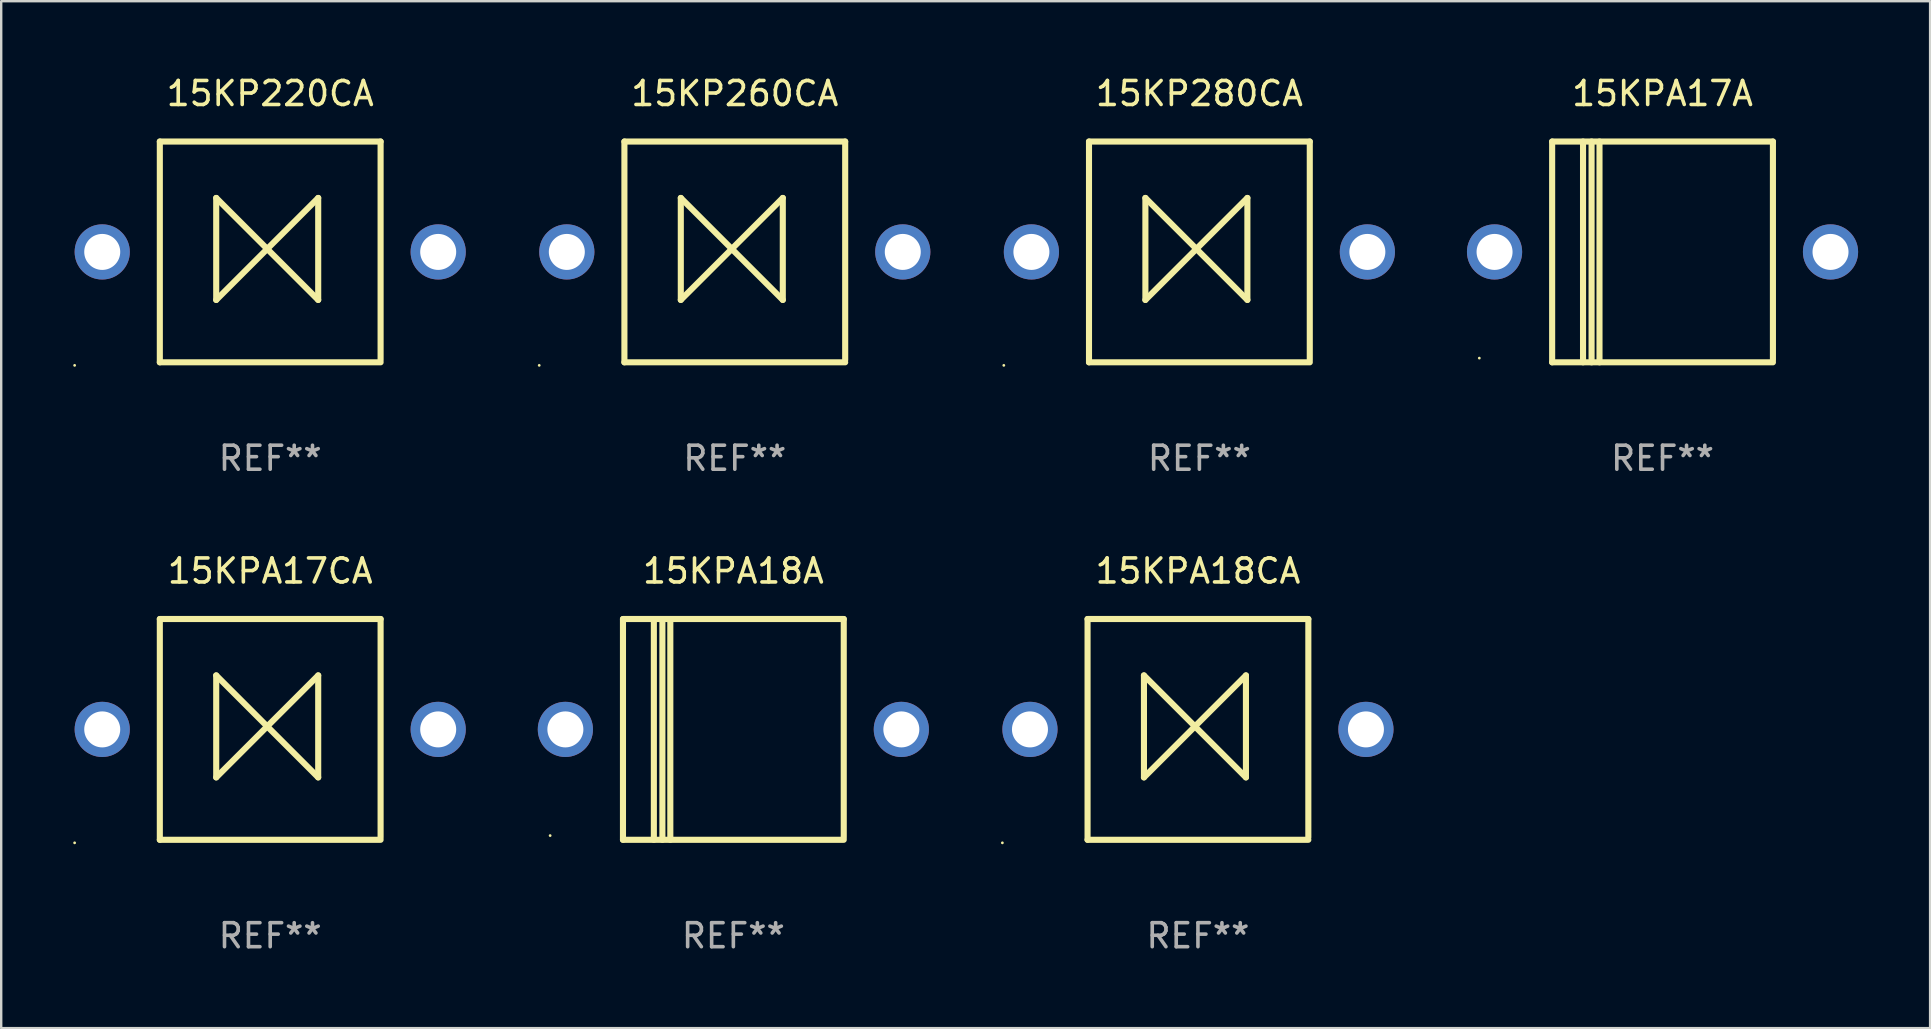
<source format=kicad_pcb>
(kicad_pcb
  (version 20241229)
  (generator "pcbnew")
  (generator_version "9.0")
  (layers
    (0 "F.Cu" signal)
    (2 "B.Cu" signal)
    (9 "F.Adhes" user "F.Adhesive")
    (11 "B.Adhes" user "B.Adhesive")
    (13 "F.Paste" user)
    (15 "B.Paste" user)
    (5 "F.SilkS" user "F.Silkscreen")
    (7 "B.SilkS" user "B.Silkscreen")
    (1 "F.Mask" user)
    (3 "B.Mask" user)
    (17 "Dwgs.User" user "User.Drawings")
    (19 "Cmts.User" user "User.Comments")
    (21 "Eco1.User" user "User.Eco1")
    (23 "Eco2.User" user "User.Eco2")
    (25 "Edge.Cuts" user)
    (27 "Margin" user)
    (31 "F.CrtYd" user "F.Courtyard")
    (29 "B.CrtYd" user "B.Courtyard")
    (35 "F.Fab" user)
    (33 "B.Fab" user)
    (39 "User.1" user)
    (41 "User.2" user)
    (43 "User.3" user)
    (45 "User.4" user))
  (footprint "15KPA18A"
    (layer "F.Cu")
    (at 27.51 27.345)
    (property "Reference" "15KPA18A" (at 0 -6.6 0) (layer "F.SilkS") (effects (font (size 1 1) (thickness 0.15))))
    (attr through_hole)
    (fp_line (start -4.6 -4.6) (end -4.6 4.6) (stroke (width 0.254) (type solid)) (layer "F.SilkS"))
    (fp_line (start -4.6 -4.6) (end 4.6 -4.6) (stroke (width 0.254) (type solid)) (layer "F.SilkS"))
    (fp_line (start -4.6 4.6) (end 4.6 4.6) (stroke (width 0.254) (type solid)) (layer "F.SilkS"))
    (fp_line (start -3.313 -4.6) (end -3.313 4.6) (stroke (width 0.254) (type solid)) (layer "F.SilkS"))
    (fp_line (start -2.957 -4.6) (end -2.957 4.6) (stroke (width 0.254) (type solid)) (layer "F.SilkS"))
    (fp_line (start -2.627 -4.6) (end -2.627 4.6) (stroke (width 0.254) (type solid)) (layer "F.SilkS"))
    (fp_line (start 4.6 -4.6) (end 4.6 4.5) (stroke (width 0.254) (type solid)) (layer "F.SilkS"))
    (fp_circle (center -7.635 4.425) (end -7.605 4.425) (stroke (width 0.06) (type solid)) (fill no) (layer "F.SilkS"))
    (fp_text user "REF**" (at 0 8.6 0) (layer "F.Fab") (effects (font (size 1 1) (thickness 0.15))))
    (pad "1" thru_hole circle (at -7 0) (size 2.3 2.3) (drill 1.5) (layers "*.Cu" "*.Mask"))
    (pad "2" thru_hole circle (at 7 0) (size 2.3 2.3) (drill 1.5) (layers "*.Cu" "*.Mask")))
  (footprint "15KPA18CA"
    (layer "F.Cu")
    (at 46.87 27.345)
    (property "Reference" "15KPA18CA" (at 0 -6.6 0) (layer "F.SilkS") (effects (font (size 1 1) (thickness 0.15))))
    (attr through_hole)
    (fp_line (start -4.6 -4.6) (end -4.6 4.6) (stroke (width 0.254) (type solid)) (layer "F.SilkS"))
    (fp_line (start -4.6 -4.6) (end 4.6 -4.6) (stroke (width 0.254) (type solid)) (layer "F.SilkS"))
    (fp_line (start -4.6 4.6) (end 4.6 4.6) (stroke (width 0.254) (type solid)) (layer "F.SilkS"))
    (fp_line (start -2.25 -2.25) (end -2.25 2) (stroke (width 0.254) (type solid)) (layer "F.SilkS"))
    (fp_line (start -2.25 2) (end 2 -2.25) (stroke (width 0.254) (type solid)) (layer "F.SilkS"))
    (fp_line (start 2 -2.25) (end 2 2) (stroke (width 0.254) (type solid)) (layer "F.SilkS"))
    (fp_line (start 2 2) (end -2.25 -2.25) (stroke (width 0.254) (type solid)) (layer "F.SilkS"))
    (fp_line (start 4.6 -4.6) (end 4.6 4.5) (stroke (width 0.254) (type solid)) (layer "F.SilkS"))
    (fp_circle (center -8.15 4.727) (end -8.12 4.727) (stroke (width 0.06) (type solid)) (fill no) (layer "F.SilkS"))
    (fp_text user "REF**" (at 0 8.6 0) (layer "F.Fab") (effects (font (size 1 1) (thickness 0.15))))
    (pad "1" thru_hole circle (at -7 0) (size 2.3 2.3) (drill 1.5) (layers "*.Cu" "*.Mask"))
    (pad "2" thru_hole circle (at 7 0) (size 2.3 2.3) (drill 1.5) (layers "*.Cu" "*.Mask")))
  (footprint "15KPA17A"
    (layer "F.Cu")
    (at 66.23 7.448)
    (property "Reference" "15KPA17A" (at 0 -6.6 0) (layer "F.SilkS") (effects (font (size 1 1) (thickness 0.15))))
    (attr through_hole)
    (fp_line (start -4.6 -4.6) (end -4.6 4.6) (stroke (width 0.254) (type solid)) (layer "F.SilkS"))
    (fp_line (start -4.6 -4.6) (end 4.6 -4.6) (stroke (width 0.254) (type solid)) (layer "F.SilkS"))
    (fp_line (start -4.6 4.6) (end 4.6 4.6) (stroke (width 0.254) (type solid)) (layer "F.SilkS"))
    (fp_line (start -3.313 -4.6) (end -3.313 4.6) (stroke (width 0.254) (type solid)) (layer "F.SilkS"))
    (fp_line (start -2.957 -4.6) (end -2.957 4.6) (stroke (width 0.254) (type solid)) (layer "F.SilkS"))
    (fp_line (start -2.627 -4.6) (end -2.627 4.6) (stroke (width 0.254) (type solid)) (layer "F.SilkS"))
    (fp_line (start 4.6 -4.6) (end 4.6 4.5) (stroke (width 0.254) (type solid)) (layer "F.SilkS"))
    (fp_circle (center -7.635 4.425) (end -7.605 4.425) (stroke (width 0.06) (type solid)) (fill no) (layer "F.SilkS"))
    (fp_text user "REF**" (at 0 8.6 0) (layer "F.Fab") (effects (font (size 1 1) (thickness 0.15))))
    (pad "1" thru_hole circle (at -7 0) (size 2.3 2.3) (drill 1.5) (layers "*.Cu" "*.Mask"))
    (pad "2" thru_hole circle (at 7 0) (size 2.3 2.3) (drill 1.5) (layers "*.Cu" "*.Mask")))
  (footprint "15KP220CA"
    (layer "F.Cu")
    (at 8.21 7.448)
    (property "Reference" "15KP220CA" (at 0 -6.6 0) (layer "F.SilkS") (effects (font (size 1 1) (thickness 0.15))))
    (attr through_hole)
    (fp_line (start -4.6 -4.6) (end -4.6 4.6) (stroke (width 0.254) (type solid)) (layer "F.SilkS"))
    (fp_line (start -4.6 -4.6) (end 4.6 -4.6) (stroke (width 0.254) (type solid)) (layer "F.SilkS"))
    (fp_line (start -4.6 4.6) (end 4.6 4.6) (stroke (width 0.254) (type solid)) (layer "F.SilkS"))
    (fp_line (start -2.25 -2.25) (end -2.25 2) (stroke (width 0.254) (type solid)) (layer "F.SilkS"))
    (fp_line (start -2.25 2) (end 2 -2.25) (stroke (width 0.254) (type solid)) (layer "F.SilkS"))
    (fp_line (start 2 -2.25) (end 2 2) (stroke (width 0.254) (type solid)) (layer "F.SilkS"))
    (fp_line (start 2 2) (end -2.25 -2.25) (stroke (width 0.254) (type solid)) (layer "F.SilkS"))
    (fp_line (start 4.6 -4.6) (end 4.6 4.5) (stroke (width 0.254) (type solid)) (layer "F.SilkS"))
    (fp_circle (center -8.15 4.727) (end -8.12 4.727) (stroke (width 0.06) (type solid)) (fill no) (layer "F.SilkS"))
    (fp_text user "REF**" (at 0 8.6 0) (layer "F.Fab") (effects (font (size 1 1) (thickness 0.15))))
    (pad "1" thru_hole circle (at -7 0) (size 2.3 2.3) (drill 1.5) (layers "*.Cu" "*.Mask"))
    (pad "2" thru_hole circle (at 7 0) (size 2.3 2.3) (drill 1.5) (layers "*.Cu" "*.Mask")))
  (footprint "15KPA17CA"
    (layer "F.Cu")
    (at 8.21 27.345)
    (property "Reference" "15KPA17CA" (at 0 -6.6 0) (layer "F.SilkS") (effects (font (size 1 1) (thickness 0.15))))
    (attr through_hole)
    (fp_line (start -4.6 -4.6) (end -4.6 4.6) (stroke (width 0.254) (type solid)) (layer "F.SilkS"))
    (fp_line (start -4.6 -4.6) (end 4.6 -4.6) (stroke (width 0.254) (type solid)) (layer "F.SilkS"))
    (fp_line (start -4.6 4.6) (end 4.6 4.6) (stroke (width 0.254) (type solid)) (layer "F.SilkS"))
    (fp_line (start -2.25 -2.25) (end -2.25 2) (stroke (width 0.254) (type solid)) (layer "F.SilkS"))
    (fp_line (start -2.25 2) (end 2 -2.25) (stroke (width 0.254) (type solid)) (layer "F.SilkS"))
    (fp_line (start 2 -2.25) (end 2 2) (stroke (width 0.254) (type solid)) (layer "F.SilkS"))
    (fp_line (start 2 2) (end -2.25 -2.25) (stroke (width 0.254) (type solid)) (layer "F.SilkS"))
    (fp_line (start 4.6 -4.6) (end 4.6 4.5) (stroke (width 0.254) (type solid)) (layer "F.SilkS"))
    (fp_circle (center -8.15 4.727) (end -8.12 4.727) (stroke (width 0.06) (type solid)) (fill no) (layer "F.SilkS"))
    (fp_text user "REF**" (at 0 8.6 0) (layer "F.Fab") (effects (font (size 1 1) (thickness 0.15))))
    (pad "1" thru_hole circle (at -7 0) (size 2.3 2.3) (drill 1.5) (layers "*.Cu" "*.Mask"))
    (pad "2" thru_hole circle (at 7 0) (size 2.3 2.3) (drill 1.5) (layers "*.Cu" "*.Mask")))
  (footprint "15KP260CA"
    (layer "F.Cu")
    (at 27.57 7.448)
    (property "Reference" "15KP260CA" (at 0 -6.6 0) (layer "F.SilkS") (effects (font (size 1 1) (thickness 0.15))))
    (attr through_hole)
    (fp_line (start -4.6 -4.6) (end -4.6 4.6) (stroke (width 0.254) (type solid)) (layer "F.SilkS"))
    (fp_line (start -4.6 -4.6) (end 4.6 -4.6) (stroke (width 0.254) (type solid)) (layer "F.SilkS"))
    (fp_line (start -4.6 4.6) (end 4.6 4.6) (stroke (width 0.254) (type solid)) (layer "F.SilkS"))
    (fp_line (start -2.25 -2.25) (end -2.25 2) (stroke (width 0.254) (type solid)) (layer "F.SilkS"))
    (fp_line (start -2.25 2) (end 2 -2.25) (stroke (width 0.254) (type solid)) (layer "F.SilkS"))
    (fp_line (start 2 -2.25) (end 2 2) (stroke (width 0.254) (type solid)) (layer "F.SilkS"))
    (fp_line (start 2 2) (end -2.25 -2.25) (stroke (width 0.254) (type solid)) (layer "F.SilkS"))
    (fp_line (start 4.6 -4.6) (end 4.6 4.5) (stroke (width 0.254) (type solid)) (layer "F.SilkS"))
    (fp_circle (center -8.15 4.727) (end -8.12 4.727) (stroke (width 0.06) (type solid)) (fill no) (layer "F.SilkS"))
    (fp_text user "REF**" (at 0 8.6 0) (layer "F.Fab") (effects (font (size 1 1) (thickness 0.15))))
    (pad "1" thru_hole circle (at -7 0) (size 2.3 2.3) (drill 1.5) (layers "*.Cu" "*.Mask"))
    (pad "2" thru_hole circle (at 7 0) (size 2.3 2.3) (drill 1.5) (layers "*.Cu" "*.Mask")))
  (footprint "15KP280CA"
    (layer "F.Cu")
    (at 46.93 7.448)
    (property "Reference" "15KP280CA" (at 0 -6.6 0) (layer "F.SilkS") (effects (font (size 1 1) (thickness 0.15))))
    (attr through_hole)
    (fp_line (start -4.6 -4.6) (end -4.6 4.6) (stroke (width 0.254) (type solid)) (layer "F.SilkS"))
    (fp_line (start -4.6 -4.6) (end 4.6 -4.6) (stroke (width 0.254) (type solid)) (layer "F.SilkS"))
    (fp_line (start -4.6 4.6) (end 4.6 4.6) (stroke (width 0.254) (type solid)) (layer "F.SilkS"))
    (fp_line (start -2.25 -2.25) (end -2.25 2) (stroke (width 0.254) (type solid)) (layer "F.SilkS"))
    (fp_line (start -2.25 2) (end 2 -2.25) (stroke (width 0.254) (type solid)) (layer "F.SilkS"))
    (fp_line (start 2 -2.25) (end 2 2) (stroke (width 0.254) (type solid)) (layer "F.SilkS"))
    (fp_line (start 2 2) (end -2.25 -2.25) (stroke (width 0.254) (type solid)) (layer "F.SilkS"))
    (fp_line (start 4.6 -4.6) (end 4.6 4.5) (stroke (width 0.254) (type solid)) (layer "F.SilkS"))
    (fp_circle (center -8.15 4.727) (end -8.12 4.727) (stroke (width 0.06) (type solid)) (fill no) (layer "F.SilkS"))
    (fp_text user "REF**" (at 0 8.6 0) (layer "F.Fab") (effects (font (size 1 1) (thickness 0.15))))
    (pad "1" thru_hole circle (at -7 0) (size 2.3 2.3) (drill 1.5) (layers "*.Cu" "*.Mask"))
    (pad "2" thru_hole circle (at 7 0) (size 2.3 2.3) (drill 1.5) (layers "*.Cu" "*.Mask")))
  (gr_rect
    (start -3 -3)
    (end 77.38 39.793)
    (stroke (width 0.1) (type default))
    (fill no)
    (layer "Edge.Cuts")))
</source>
